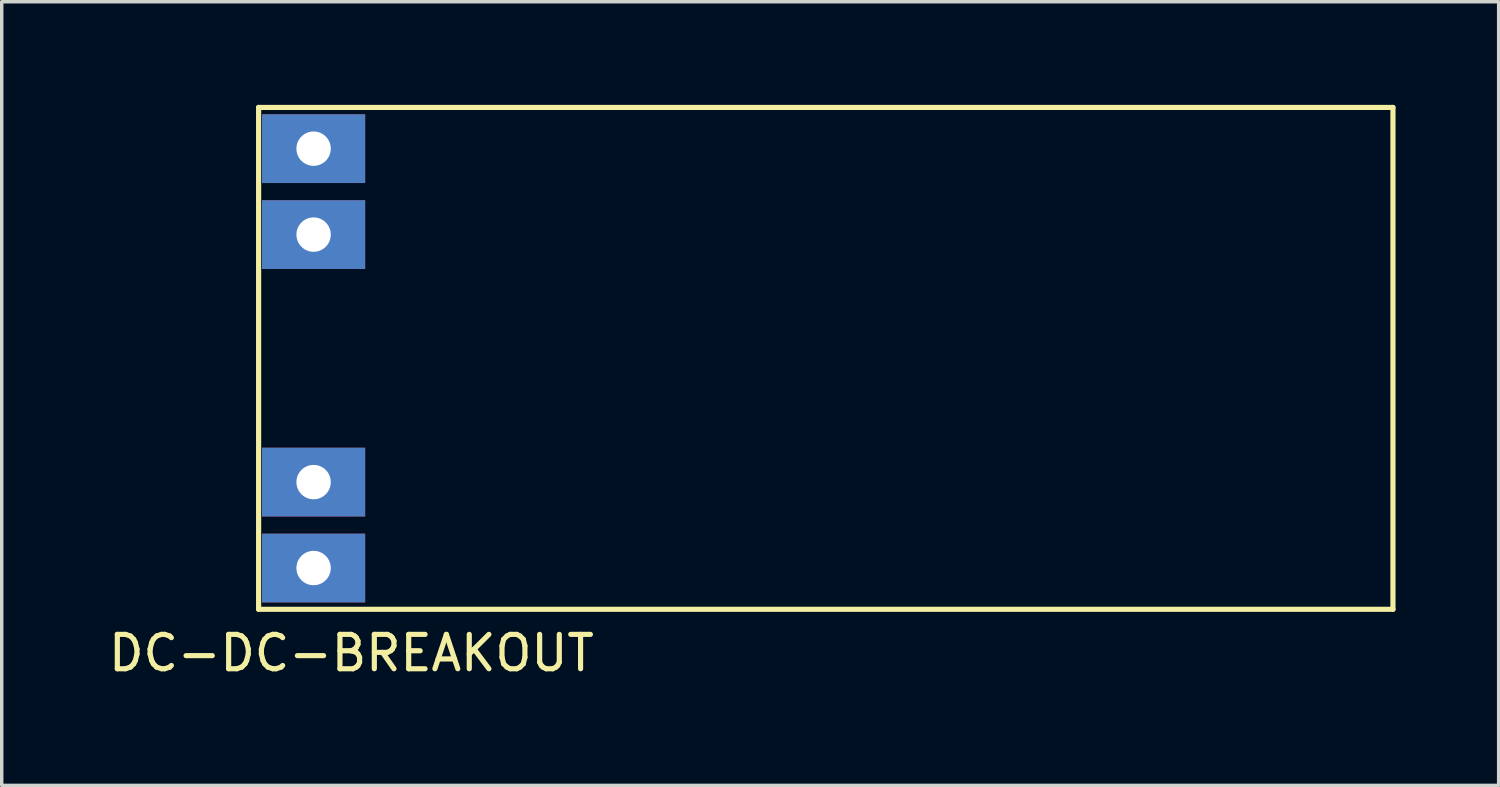
<source format=kicad_pcb>
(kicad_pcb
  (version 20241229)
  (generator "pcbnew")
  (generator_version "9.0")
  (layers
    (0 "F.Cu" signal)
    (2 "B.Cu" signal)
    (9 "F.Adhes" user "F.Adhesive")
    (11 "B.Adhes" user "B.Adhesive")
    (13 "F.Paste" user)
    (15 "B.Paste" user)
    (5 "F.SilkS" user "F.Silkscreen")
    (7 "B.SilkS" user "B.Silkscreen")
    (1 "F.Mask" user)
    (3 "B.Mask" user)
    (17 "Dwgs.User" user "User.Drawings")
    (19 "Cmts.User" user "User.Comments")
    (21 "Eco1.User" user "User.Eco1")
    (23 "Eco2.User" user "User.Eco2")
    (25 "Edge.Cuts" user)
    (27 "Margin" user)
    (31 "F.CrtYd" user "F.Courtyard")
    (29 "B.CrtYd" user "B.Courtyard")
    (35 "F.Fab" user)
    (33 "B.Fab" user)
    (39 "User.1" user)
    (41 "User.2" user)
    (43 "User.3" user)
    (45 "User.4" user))
  (footprint "DC-DC-BREAKOUT"
    (layer "F.Cu")
    (at 20.973 7.375)
    (property "Reference" "DC-DC-BREAKOUT" (at -13.8 8.575 0) (layer "F.SilkS") (effects (font (size 1 1) (thickness 0.15))))
    (attr through_hole)
    (fp_line (start -16.5 -7.3) (end -16.5 7.3) (stroke (width 0.15) (type solid)) (layer "F.SilkS"))
    (fp_line (start -16.5 7.3) (end 16.5 7.3) (stroke (width 0.15) (type solid)) (layer "F.SilkS"))
    (fp_line (start 16.5 -7.3) (end -16.5 -7.3) (stroke (width 0.15) (type solid)) (layer "F.SilkS"))
    (fp_line (start 16.5 7.3) (end 16.5 -7.3) (stroke (width 0.15) (type solid)) (layer "F.SilkS"))
    (pad "1" thru_hole rect (at -14.9 -6.1) (size 3 2) (drill 1) (layers "*.Cu" "*.Mask"))
    (pad "1" thru_hole rect (at -14.9 -3.6) (size 3 2) (drill 1) (layers "*.Cu" "*.Mask"))
    (pad "2" thru_hole rect (at -14.9 3.6) (size 3 2) (drill 1) (layers "*.Cu" "*.Mask"))
    (pad "2" thru_hole rect (at -14.9 6.1) (size 3 2) (drill 1) (layers "*.Cu" "*.Mask")))
  (gr_rect
    (start -3 -3)
    (end 40.548 19.798)
    (stroke (width 0.1) (type default))
    (fill no)
    (layer "Edge.Cuts")))
</source>
